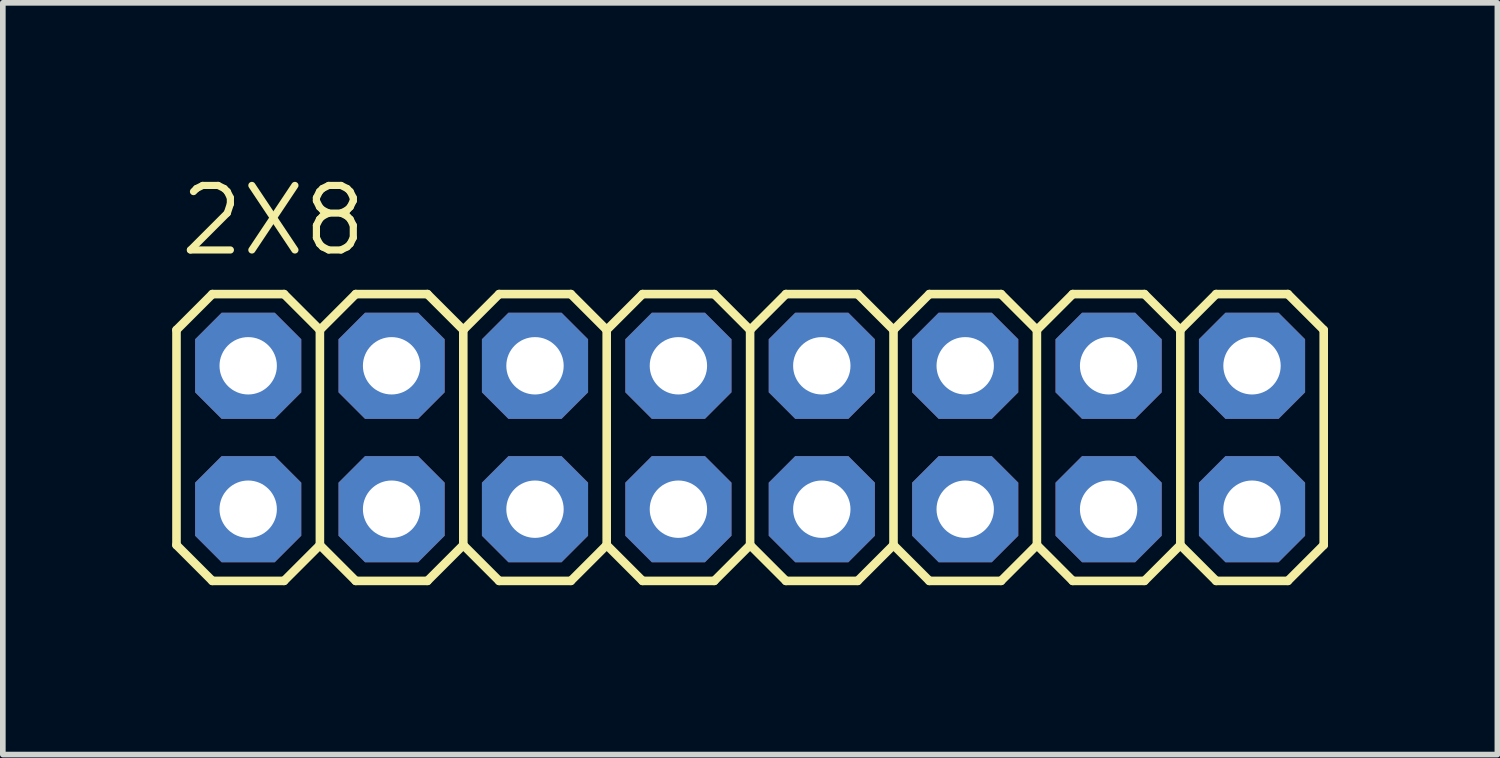
<source format=kicad_pcb>
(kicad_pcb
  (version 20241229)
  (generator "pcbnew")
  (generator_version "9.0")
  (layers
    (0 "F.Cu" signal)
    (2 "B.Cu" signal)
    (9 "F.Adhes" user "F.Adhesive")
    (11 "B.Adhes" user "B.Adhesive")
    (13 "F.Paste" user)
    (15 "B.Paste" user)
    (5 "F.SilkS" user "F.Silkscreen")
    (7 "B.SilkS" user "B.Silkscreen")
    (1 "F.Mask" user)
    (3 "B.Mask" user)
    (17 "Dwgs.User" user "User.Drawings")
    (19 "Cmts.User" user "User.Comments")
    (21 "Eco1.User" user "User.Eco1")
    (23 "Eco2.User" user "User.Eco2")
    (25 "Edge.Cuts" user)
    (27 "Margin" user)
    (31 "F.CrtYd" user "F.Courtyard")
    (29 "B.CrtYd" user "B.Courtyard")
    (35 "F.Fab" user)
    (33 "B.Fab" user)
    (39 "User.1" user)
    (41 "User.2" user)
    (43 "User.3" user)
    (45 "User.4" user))
  (footprint "2X8"
    (layer "F.Cu")
    (at 1.346 5.969)
    (property "Reference" "2X8" (at -1.27 -4.445 0) (layer "F.SilkS") (effects (font (size 1.143 1.143) (thickness 0.127)) (justify left bottom)))
    (fp_line (start -1.27 -3.175) (end -0.635 -3.81) (stroke (width 0.152) (type solid)) (layer "F.SilkS"))
    (fp_line (start -1.27 0.635) (end -1.27 -3.175) (stroke (width 0.152) (type solid)) (layer "F.SilkS"))
    (fp_line (start -1.27 0.635) (end -0.635 1.27) (stroke (width 0.152) (type solid)) (layer "F.SilkS"))
    (fp_line (start -0.635 -3.81) (end 0.635 -3.81) (stroke (width 0.152) (type solid)) (layer "F.SilkS"))
    (fp_line (start -0.635 1.27) (end 0.635 1.27) (stroke (width 0.152) (type solid)) (layer "F.SilkS"))
    (fp_line (start 0.635 -3.81) (end 1.27 -3.175) (stroke (width 0.152) (type solid)) (layer "F.SilkS"))
    (fp_line (start 0.635 1.27) (end 1.27 0.635) (stroke (width 0.152) (type solid)) (layer "F.SilkS"))
    (fp_line (start 1.27 -3.175) (end 1.27 0.635) (stroke (width 0.152) (type solid)) (layer "F.SilkS"))
    (fp_line (start 1.27 -3.175) (end 1.905 -3.81) (stroke (width 0.152) (type solid)) (layer "F.SilkS"))
    (fp_line (start 1.27 0.635) (end 1.905 1.27) (stroke (width 0.152) (type solid)) (layer "F.SilkS"))
    (fp_line (start 1.905 -3.81) (end 3.175 -3.81) (stroke (width 0.152) (type solid)) (layer "F.SilkS"))
    (fp_line (start 1.905 1.27) (end 3.175 1.27) (stroke (width 0.152) (type solid)) (layer "F.SilkS"))
    (fp_line (start 3.175 -3.81) (end 3.81 -3.175) (stroke (width 0.152) (type solid)) (layer "F.SilkS"))
    (fp_line (start 3.175 1.27) (end 3.81 0.635) (stroke (width 0.152) (type solid)) (layer "F.SilkS"))
    (fp_line (start 3.81 -3.175) (end 3.81 0.635) (stroke (width 0.152) (type solid)) (layer "F.SilkS"))
    (fp_line (start 3.81 -3.175) (end 4.445 -3.81) (stroke (width 0.152) (type solid)) (layer "F.SilkS"))
    (fp_line (start 3.81 0.635) (end 4.445 1.27) (stroke (width 0.152) (type solid)) (layer "F.SilkS"))
    (fp_line (start 4.445 -3.81) (end 5.715 -3.81) (stroke (width 0.152) (type solid)) (layer "F.SilkS"))
    (fp_line (start 4.445 1.27) (end 5.715 1.27) (stroke (width 0.152) (type solid)) (layer "F.SilkS"))
    (fp_line (start 5.715 -3.81) (end 6.35 -3.175) (stroke (width 0.152) (type solid)) (layer "F.SilkS"))
    (fp_line (start 5.715 1.27) (end 6.35 0.635) (stroke (width 0.152) (type solid)) (layer "F.SilkS"))
    (fp_line (start 6.35 -3.175) (end 6.35 0.635) (stroke (width 0.152) (type solid)) (layer "F.SilkS"))
    (fp_line (start 6.35 -3.175) (end 6.985 -3.81) (stroke (width 0.152) (type solid)) (layer "F.SilkS"))
    (fp_line (start 6.35 0.635) (end 6.985 1.27) (stroke (width 0.152) (type solid)) (layer "F.SilkS"))
    (fp_line (start 6.985 -3.81) (end 8.255 -3.81) (stroke (width 0.152) (type solid)) (layer "F.SilkS"))
    (fp_line (start 6.985 1.27) (end 8.255 1.27) (stroke (width 0.152) (type solid)) (layer "F.SilkS"))
    (fp_line (start 8.255 -3.81) (end 8.89 -3.175) (stroke (width 0.152) (type solid)) (layer "F.SilkS"))
    (fp_line (start 8.255 1.27) (end 8.89 0.635) (stroke (width 0.152) (type solid)) (layer "F.SilkS"))
    (fp_line (start 8.89 -3.175) (end 8.89 0.635) (stroke (width 0.152) (type solid)) (layer "F.SilkS"))
    (fp_line (start 8.89 -3.175) (end 9.525 -3.81) (stroke (width 0.152) (type solid)) (layer "F.SilkS"))
    (fp_line (start 8.89 0.635) (end 9.525 1.27) (stroke (width 0.152) (type solid)) (layer "F.SilkS"))
    (fp_line (start 9.525 -3.81) (end 10.795 -3.81) (stroke (width 0.152) (type solid)) (layer "F.SilkS"))
    (fp_line (start 9.525 1.27) (end 10.795 1.27) (stroke (width 0.152) (type solid)) (layer "F.SilkS"))
    (fp_line (start 10.795 -3.81) (end 11.43 -3.175) (stroke (width 0.152) (type solid)) (layer "F.SilkS"))
    (fp_line (start 10.795 1.27) (end 11.43 0.635) (stroke (width 0.152) (type solid)) (layer "F.SilkS"))
    (fp_line (start 11.43 -3.175) (end 11.43 0.635) (stroke (width 0.152) (type solid)) (layer "F.SilkS"))
    (fp_line (start 11.43 -3.175) (end 12.065 -3.81) (stroke (width 0.152) (type solid)) (layer "F.SilkS"))
    (fp_line (start 11.43 0.635) (end 12.065 1.27) (stroke (width 0.152) (type solid)) (layer "F.SilkS"))
    (fp_line (start 12.065 -3.81) (end 13.335 -3.81) (stroke (width 0.152) (type solid)) (layer "F.SilkS"))
    (fp_line (start 12.065 1.27) (end 13.335 1.27) (stroke (width 0.152) (type solid)) (layer "F.SilkS"))
    (fp_line (start 13.335 -3.81) (end 13.97 -3.175) (stroke (width 0.152) (type solid)) (layer "F.SilkS"))
    (fp_line (start 13.335 1.27) (end 13.97 0.635) (stroke (width 0.152) (type solid)) (layer "F.SilkS"))
    (fp_line (start 13.97 -3.175) (end 13.97 0.635) (stroke (width 0.152) (type solid)) (layer "F.SilkS"))
    (fp_line (start 13.97 -3.175) (end 14.605 -3.81) (stroke (width 0.152) (type solid)) (layer "F.SilkS"))
    (fp_line (start 13.97 0.635) (end 14.605 1.27) (stroke (width 0.152) (type solid)) (layer "F.SilkS"))
    (fp_line (start 14.605 -3.81) (end 15.875 -3.81) (stroke (width 0.152) (type solid)) (layer "F.SilkS"))
    (fp_line (start 14.605 1.27) (end 15.875 1.27) (stroke (width 0.152) (type solid)) (layer "F.SilkS"))
    (fp_line (start 15.875 -3.81) (end 16.51 -3.175) (stroke (width 0.152) (type solid)) (layer "F.SilkS"))
    (fp_line (start 16.51 -3.175) (end 16.51 0.635) (stroke (width 0.152) (type solid)) (layer "F.SilkS"))
    (fp_line (start 16.51 -3.175) (end 17.145 -3.81) (stroke (width 0.152) (type solid)) (layer "F.SilkS"))
    (fp_line (start 16.51 0.635) (end 15.875 1.27) (stroke (width 0.152) (type solid)) (layer "F.SilkS"))
    (fp_line (start 16.51 0.635) (end 17.145 1.27) (stroke (width 0.152) (type solid)) (layer "F.SilkS"))
    (fp_line (start 17.145 -3.81) (end 18.415 -3.81) (stroke (width 0.152) (type solid)) (layer "F.SilkS"))
    (fp_line (start 17.145 1.27) (end 18.415 1.27) (stroke (width 0.152) (type solid)) (layer "F.SilkS"))
    (fp_line (start 18.415 -3.81) (end 19.05 -3.175) (stroke (width 0.152) (type solid)) (layer "F.SilkS"))
    (fp_line (start 19.05 -3.175) (end 19.05 0.635) (stroke (width 0.152) (type solid)) (layer "F.SilkS"))
    (fp_line (start 19.05 0.635) (end 18.415 1.27) (stroke (width 0.152) (type solid)) (layer "F.SilkS"))
    (fp_poly (pts (xy -0.254 -2.286) (xy 0.254 -2.286) (xy 0.254 -2.794) (xy -0.254 -2.794)) (stroke (width 0.1) (type solid)) (fill no) (layer "F.Fab"))
    (fp_poly (pts (xy -0.254 0.254) (xy 0.254 0.254) (xy 0.254 -0.254) (xy -0.254 -0.254)) (stroke (width 0.1) (type solid)) (fill no) (layer "F.Fab"))
    (fp_poly (pts (xy 2.286 -2.286) (xy 2.794 -2.286) (xy 2.794 -2.794) (xy 2.286 -2.794)) (stroke (width 0.1) (type solid)) (fill no) (layer "F.Fab"))
    (fp_poly (pts (xy 2.286 0.254) (xy 2.794 0.254) (xy 2.794 -0.254) (xy 2.286 -0.254)) (stroke (width 0.1) (type solid)) (fill no) (layer "F.Fab"))
    (fp_poly (pts (xy 4.826 -2.286) (xy 5.334 -2.286) (xy 5.334 -2.794) (xy 4.826 -2.794)) (stroke (width 0.1) (type solid)) (fill no) (layer "F.Fab"))
    (fp_poly (pts (xy 4.826 0.254) (xy 5.334 0.254) (xy 5.334 -0.254) (xy 4.826 -0.254)) (stroke (width 0.1) (type solid)) (fill no) (layer "F.Fab"))
    (fp_poly (pts (xy 7.366 -2.286) (xy 7.874 -2.286) (xy 7.874 -2.794) (xy 7.366 -2.794)) (stroke (width 0.1) (type solid)) (fill no) (layer "F.Fab"))
    (fp_poly (pts (xy 7.366 0.254) (xy 7.874 0.254) (xy 7.874 -0.254) (xy 7.366 -0.254)) (stroke (width 0.1) (type solid)) (fill no) (layer "F.Fab"))
    (fp_poly (pts (xy 9.906 -2.286) (xy 10.414 -2.286) (xy 10.414 -2.794) (xy 9.906 -2.794)) (stroke (width 0.1) (type solid)) (fill no) (layer "F.Fab"))
    (fp_poly (pts (xy 9.906 0.254) (xy 10.414 0.254) (xy 10.414 -0.254) (xy 9.906 -0.254)) (stroke (width 0.1) (type solid)) (fill no) (layer "F.Fab"))
    (fp_poly (pts (xy 12.446 -2.286) (xy 12.954 -2.286) (xy 12.954 -2.794) (xy 12.446 -2.794)) (stroke (width 0.1) (type solid)) (fill no) (layer "F.Fab"))
    (fp_poly (pts (xy 12.446 0.254) (xy 12.954 0.254) (xy 12.954 -0.254) (xy 12.446 -0.254)) (stroke (width 0.1) (type solid)) (fill no) (layer "F.Fab"))
    (fp_poly (pts (xy 14.986 -2.286) (xy 15.494 -2.286) (xy 15.494 -2.794) (xy 14.986 -2.794)) (stroke (width 0.1) (type solid)) (fill no) (layer "F.Fab"))
    (fp_poly (pts (xy 14.986 0.254) (xy 15.494 0.254) (xy 15.494 -0.254) (xy 14.986 -0.254)) (stroke (width 0.1) (type solid)) (fill no) (layer "F.Fab"))
    (fp_poly (pts (xy 17.526 -2.286) (xy 18.034 -2.286) (xy 18.034 -2.794) (xy 17.526 -2.794)) (stroke (width 0.1) (type solid)) (fill no) (layer "F.Fab"))
    (fp_poly (pts (xy 17.526 0.254) (xy 18.034 0.254) (xy 18.034 -0.254) (xy 17.526 -0.254)) (stroke (width 0.1) (type solid)) (fill no) (layer "F.Fab"))
    (pad "1" thru_hole roundrect (at 0 0) (size 1.88 1.88) (drill 1.016) (layers "*.Cu" "*.Mask") (roundrect_rratio 0.25) (chamfer_ratio 0.25) (chamfer top_left top_right bottom_left bottom_right))
    (pad "2" thru_hole roundrect (at 0 -2.54) (size 1.88 1.88) (drill 1.016) (layers "*.Cu" "*.Mask") (roundrect_rratio 0.25) (chamfer_ratio 0.25) (chamfer top_left top_right bottom_left bottom_right))
    (pad "3" thru_hole roundrect (at 2.54 0) (size 1.88 1.88) (drill 1.016) (layers "*.Cu" "*.Mask") (roundrect_rratio 0.25) (chamfer_ratio 0.25) (chamfer top_left top_right bottom_left bottom_right))
    (pad "4" thru_hole roundrect (at 2.54 -2.54) (size 1.88 1.88) (drill 1.016) (layers "*.Cu" "*.Mask") (roundrect_rratio 0.25) (chamfer_ratio 0.25) (chamfer top_left top_right bottom_left bottom_right))
    (pad "5" thru_hole roundrect (at 5.08 0) (size 1.88 1.88) (drill 1.016) (layers "*.Cu" "*.Mask") (roundrect_rratio 0.25) (chamfer_ratio 0.25) (chamfer top_left top_right bottom_left bottom_right))
    (pad "6" thru_hole roundrect (at 5.08 -2.54) (size 1.88 1.88) (drill 1.016) (layers "*.Cu" "*.Mask") (roundrect_rratio 0.25) (chamfer_ratio 0.25) (chamfer top_left top_right bottom_left bottom_right))
    (pad "7" thru_hole roundrect (at 7.62 0) (size 1.88 1.88) (drill 1.016) (layers "*.Cu" "*.Mask") (roundrect_rratio 0.25) (chamfer_ratio 0.25) (chamfer top_left top_right bottom_left bottom_right))
    (pad "8" thru_hole roundrect (at 7.62 -2.54) (size 1.88 1.88) (drill 1.016) (layers "*.Cu" "*.Mask") (roundrect_rratio 0.25) (chamfer_ratio 0.25) (chamfer top_left top_right bottom_left bottom_right))
    (pad "9" thru_hole roundrect (at 10.16 0) (size 1.88 1.88) (drill 1.016) (layers "*.Cu" "*.Mask") (roundrect_rratio 0.25) (chamfer_ratio 0.25) (chamfer top_left top_right bottom_left bottom_right))
    (pad "10" thru_hole roundrect (at 10.16 -2.54) (size 1.88 1.88) (drill 1.016) (layers "*.Cu" "*.Mask") (roundrect_rratio 0.25) (chamfer_ratio 0.25) (chamfer top_left top_right bottom_left bottom_right))
    (pad "11" thru_hole roundrect (at 12.7 0) (size 1.88 1.88) (drill 1.016) (layers "*.Cu" "*.Mask") (roundrect_rratio 0.25) (chamfer_ratio 0.25) (chamfer top_left top_right bottom_left bottom_right))
    (pad "12" thru_hole roundrect (at 12.7 -2.54) (size 1.88 1.88) (drill 1.016) (layers "*.Cu" "*.Mask") (roundrect_rratio 0.25) (chamfer_ratio 0.25) (chamfer top_left top_right bottom_left bottom_right))
    (pad "13" thru_hole roundrect (at 15.24 0) (size 1.88 1.88) (drill 1.016) (layers "*.Cu" "*.Mask") (roundrect_rratio 0.25) (chamfer_ratio 0.25) (chamfer top_left top_right bottom_left bottom_right))
    (pad "14" thru_hole roundrect (at 15.24 -2.54) (size 1.88 1.88) (drill 1.016) (layers "*.Cu" "*.Mask") (roundrect_rratio 0.25) (chamfer_ratio 0.25) (chamfer top_left top_right bottom_left bottom_right))
    (pad "15" thru_hole roundrect (at 17.78 0) (size 1.88 1.88) (drill 1.016) (layers "*.Cu" "*.Mask") (roundrect_rratio 0.25) (chamfer_ratio 0.25) (chamfer top_left top_right bottom_left bottom_right))
    (pad "16" thru_hole roundrect (at 17.78 -2.54) (size 1.88 1.88) (drill 1.016) (layers "*.Cu" "*.Mask") (roundrect_rratio 0.25) (chamfer_ratio 0.25) (chamfer top_left top_right bottom_left bottom_right)))
  (gr_rect
    (start -3 -3)
    (end 23.472 10.315)
    (stroke (width 0.1) (type default))
    (fill no)
    (layer "Edge.Cuts")))
</source>
